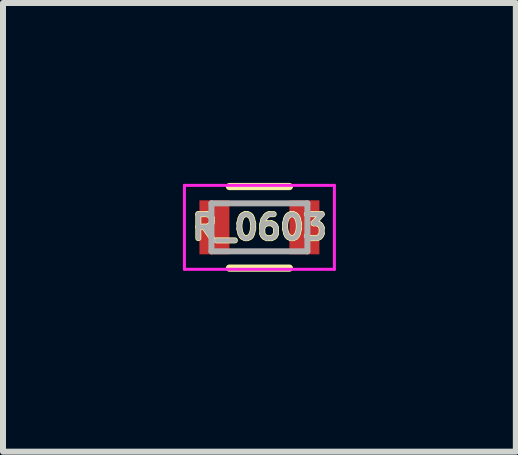
<source format=kicad_pcb>
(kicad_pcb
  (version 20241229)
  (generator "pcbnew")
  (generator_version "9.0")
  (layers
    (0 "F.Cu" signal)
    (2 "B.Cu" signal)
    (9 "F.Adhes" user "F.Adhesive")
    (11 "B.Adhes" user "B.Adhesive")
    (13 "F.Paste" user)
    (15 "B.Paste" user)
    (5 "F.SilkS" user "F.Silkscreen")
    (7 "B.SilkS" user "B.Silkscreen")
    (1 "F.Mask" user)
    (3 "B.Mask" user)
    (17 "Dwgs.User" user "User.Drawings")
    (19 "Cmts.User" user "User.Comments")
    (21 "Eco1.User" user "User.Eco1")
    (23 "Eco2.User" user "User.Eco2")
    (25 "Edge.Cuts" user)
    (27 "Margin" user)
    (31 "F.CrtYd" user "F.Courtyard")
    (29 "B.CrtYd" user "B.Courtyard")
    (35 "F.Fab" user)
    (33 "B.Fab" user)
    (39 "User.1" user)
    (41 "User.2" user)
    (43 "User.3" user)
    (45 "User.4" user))
  (footprint "R_0603"
    (layer "F.Cu")
    (at 1.275 0.74)
    (property "Reference" "R_0603" (at 0 0 0) (layer "F.SilkS") (effects (font (size 0.4 0.4) (thickness 0.1))))
    (attr smd)
    (fp_line (start -0.5 -0.68) (end 0.5 -0.68) (stroke (width 0.12) (type solid)) (layer "F.SilkS"))
    (fp_line (start 0.5 0.68) (end -0.5 0.68) (stroke (width 0.12) (type solid)) (layer "F.SilkS"))
    (fp_line (start -1.25 -0.7) (end -1.25 0.7) (stroke (width 0.05) (type solid)) (layer "F.CrtYd"))
    (fp_line (start -1.25 -0.7) (end 1.25 -0.7) (stroke (width 0.05) (type solid)) (layer "F.CrtYd"))
    (fp_line (start 1.25 0.7) (end -1.25 0.7) (stroke (width 0.05) (type solid)) (layer "F.CrtYd"))
    (fp_line (start 1.25 0.7) (end 1.25 -0.7) (stroke (width 0.05) (type solid)) (layer "F.CrtYd"))
    (fp_line (start -0.8 -0.4) (end 0.8 -0.4) (stroke (width 0.1) (type solid)) (layer "F.Fab"))
    (fp_line (start -0.8 0.4) (end -0.8 -0.4) (stroke (width 0.1) (type solid)) (layer "F.Fab"))
    (fp_line (start 0.8 -0.4) (end 0.8 0.4) (stroke (width 0.1) (type solid)) (layer "F.Fab"))
    (fp_line (start 0.8 0.4) (end -0.8 0.4) (stroke (width 0.1) (type solid)) (layer "F.Fab"))
    (fp_text user "${REFERENCE}" (at 0 0 0) (layer "F.Fab") (effects (font (size 0.4 0.4) (thickness 0.075))))
    (pad "1" smd rect (at -0.75 0) (size 0.5 0.9) (layers "F.Cu" "F.Mask" "F.Paste"))
    (pad "2" smd rect (at 0.75 0) (size 0.5 0.9) (layers "F.Cu" "F.Mask" "F.Paste")))
  (gr_rect
    (start -3 -3)
    (end 5.55 4.48)
    (stroke (width 0.1) (type default))
    (fill no)
    (layer "Edge.Cuts")))
</source>
